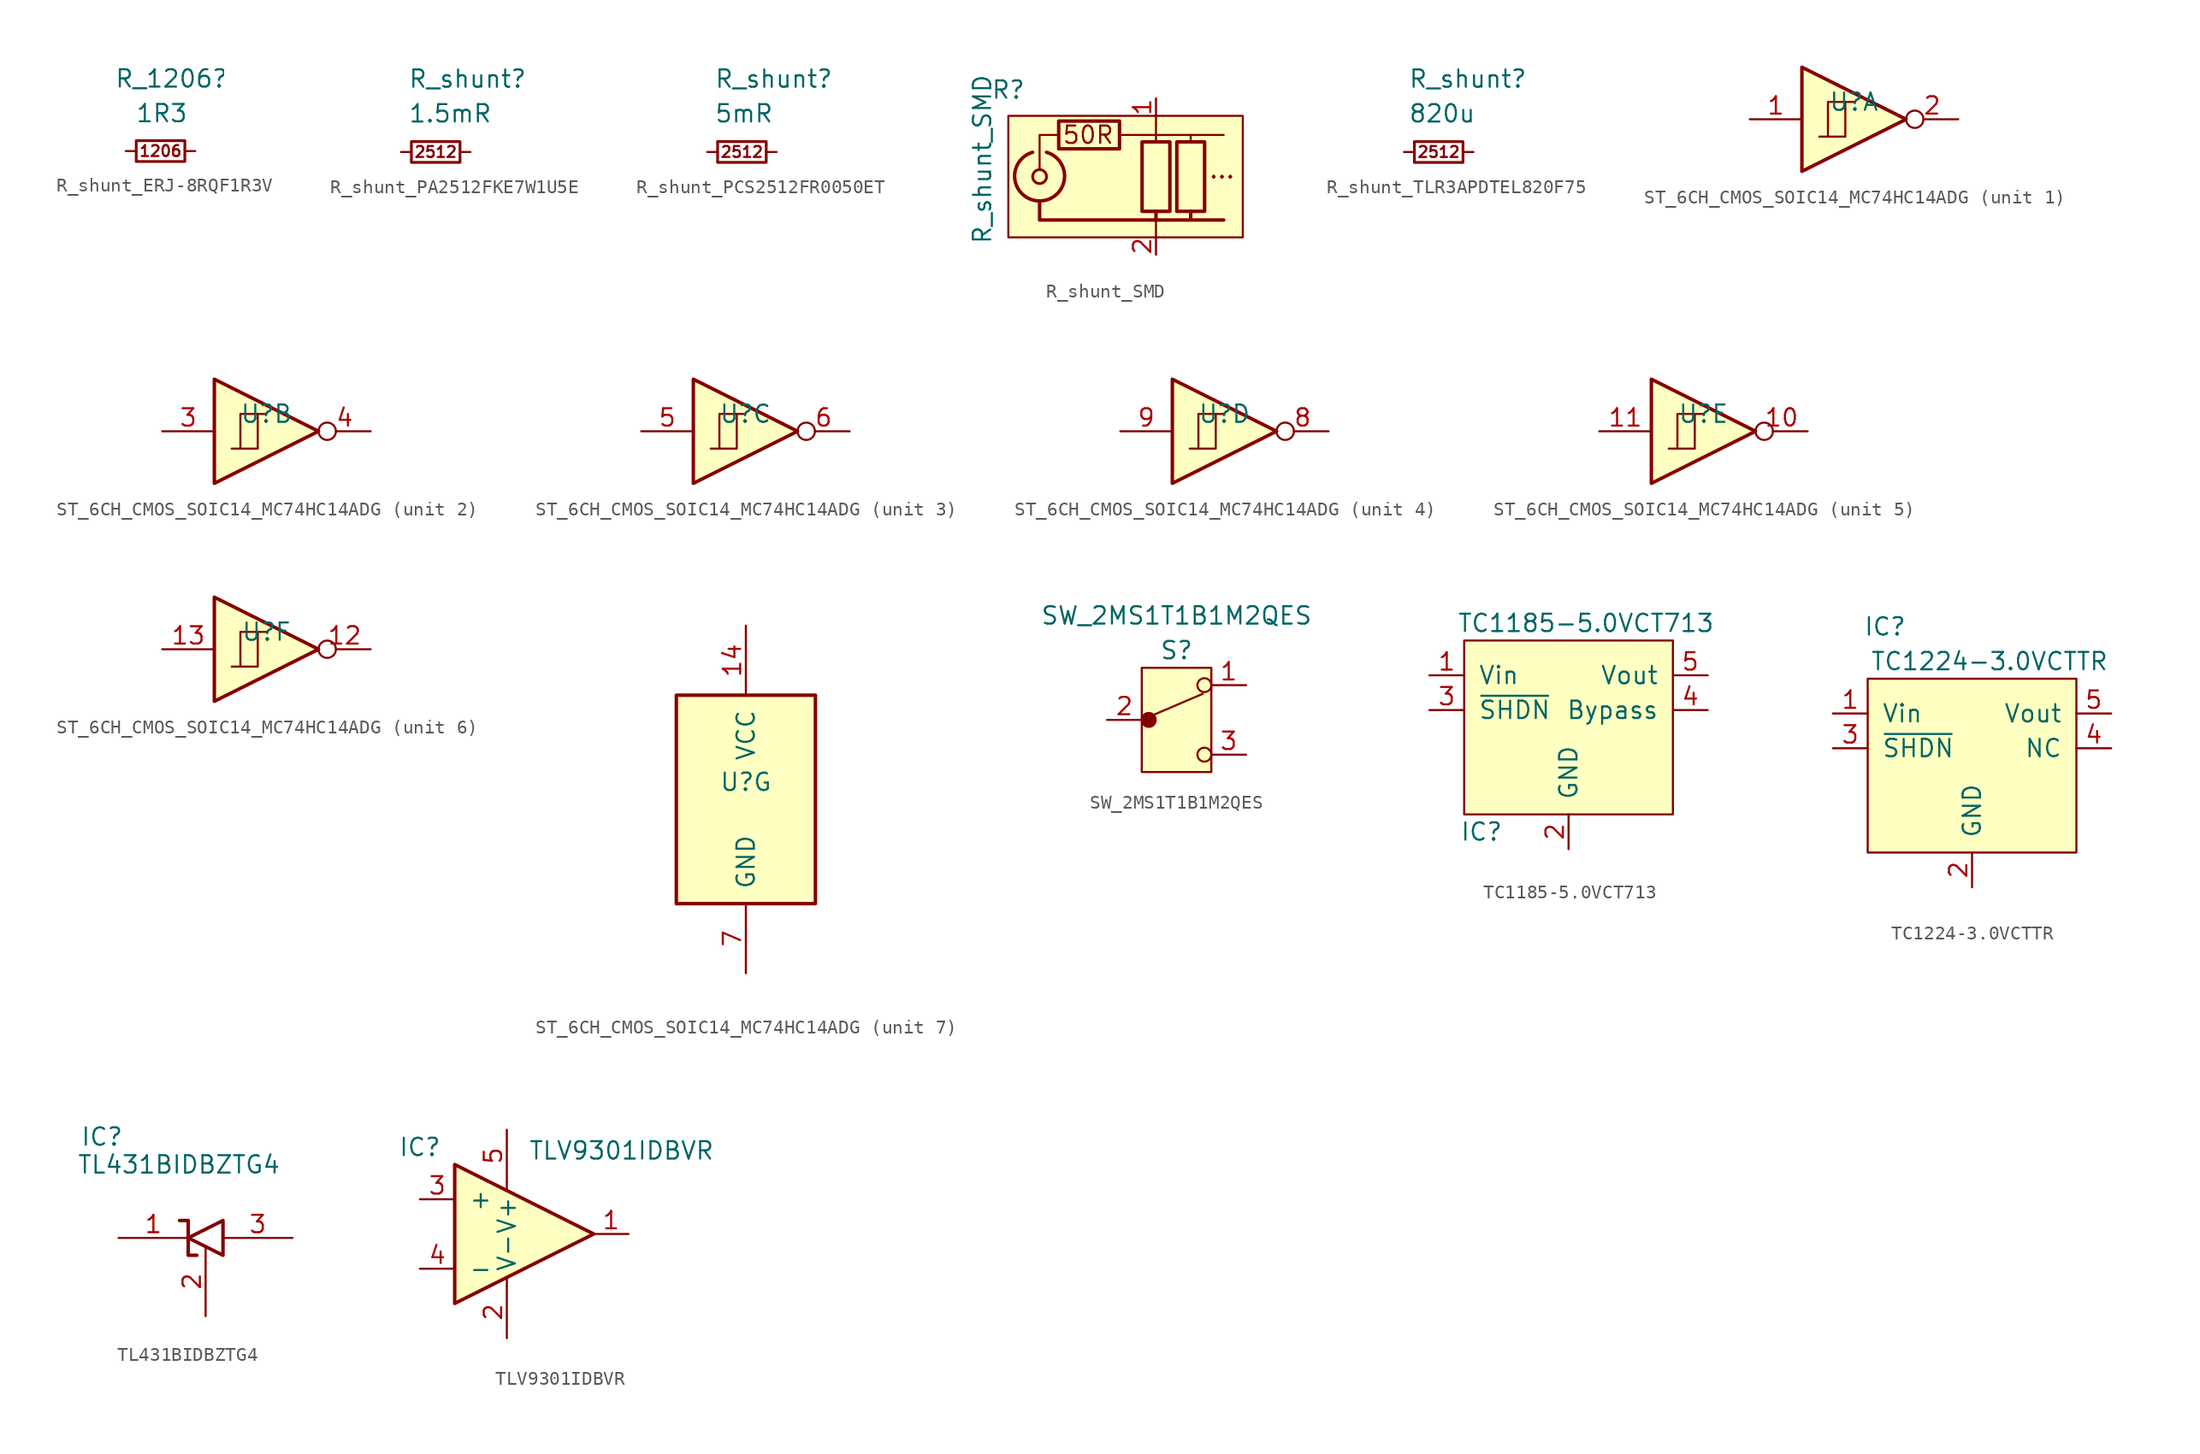
<source format=kicad_sym>
(kicad_symbol_lib
  (version 20220914)
  (generator kicad_symbol_editor)
  (symbol "R_shunt_ERJ-8RQF1R3V"
    (pin_numbers hide)
    (pin_names hide)
    (property "Reference" "R_1206"
      (at -3.378 6.045 0)
      (effects (font (size 1.27 1.27)) (justify left top)))
    (property "Value" "1R3"
      (at -1.854 3.505 0)
      (effects (font (size 1.27 1.27)) (justify left top)))
    (symbol "R_shunt_ERJ-8RQF1R3V_0_1"
      (rectangle (start -1.778 -0.762) (end 1.778 0.762) (stroke (width 0.203) (type default)) (fill (type none))))
    (symbol "R_shunt_ERJ-8RQF1R3V_1_0"
      (text "1206" (at 0 0 0) (effects (font (size 0.8 0.8)))))
    (symbol "R_shunt_ERJ-8RQF1R3V_1_1"
      (pin passive line (at -2.54 0 0) (length 0.762) (name "~" (effects (font (size 1.27 1.27)))) (number "1" (effects (font (size 1.27 1.27)))))
      (pin passive line (at 2.54 0 180) (length 0.762) (name "~" (effects (font (size 1.27 1.27)))) (number "2" (effects (font (size 1.27 1.27)))))))
  (symbol "R_shunt_PA2512FKE7W1U5E"
    (pin_numbers hide)
    (pin_names hide)
    (property "Reference" "R_shunt"
      (at -2.032 6.096 0)
      (effects (font (size 1.27 1.27)) (justify left top)))
    (property "Value" "1.5mR"
      (at -2.032 3.556 0)
      (effects (font (size 1.27 1.27)) (justify left top)))
    (symbol "R_shunt_PA2512FKE7W1U5E_0_1"
      (rectangle (start -1.778 0.762) (end 1.778 -0.762) (stroke (width 0.203) (type default)) (fill (type none))))
    (symbol "R_shunt_PA2512FKE7W1U5E_1_0"
      (text "2512" (at 0 0 0) (effects (font (size 0.8 0.8)))))
    (symbol "R_shunt_PA2512FKE7W1U5E_1_1"
      (pin passive line (at -2.54 0 0) (length 0.762) (name "~" (effects (font (size 1.27 1.27)))) (number "1" (effects (font (size 1.27 1.27)))))
      (pin passive line (at 2.54 0 180) (length 0.762) (name "~" (effects (font (size 1.27 1.27)))) (number "2" (effects (font (size 1.27 1.27)))))))
  (symbol "R_shunt_PCS2512FR0050ET"
    (pin_numbers hide)
    (pin_names hide)
    (property "Reference" "R_shunt"
      (at -2.032 6.096 0)
      (effects (font (size 1.27 1.27)) (justify left top)))
    (property "Value" "5mR"
      (at -2.032 3.556 0)
      (effects (font (size 1.27 1.27)) (justify left top)))
    (symbol "R_shunt_PCS2512FR0050ET_0_1"
      (rectangle (start -1.778 0.762) (end 1.778 -0.762) (stroke (width 0.203) (type default)) (fill (type none))))
    (symbol "R_shunt_PCS2512FR0050ET_1_0"
      (text "2512" (at 0 0 0) (effects (font (size 0.8 0.8)))))
    (symbol "R_shunt_PCS2512FR0050ET_1_1"
      (pin passive line (at -2.54 0 0) (length 0.762) (name "~" (effects (font (size 1.27 1.27)))) (number "1" (effects (font (size 1.27 1.27)))))
      (pin passive line (at 2.54 0 180) (length 0.762) (name "~" (effects (font (size 1.27 1.27)))) (number "2" (effects (font (size 1.27 1.27)))))))
  (symbol "R_shunt_SMD"
    (property "Reference" "R"
      (at -10.795 5.715 0)
      (effects (font (size 1.27 1.27))))
    (property "Value" "R_shunt_SMD"
      (at -12.7 0.635 90)
      (effects (font (size 1.27 1.27))))
    (symbol "R_shunt_SMD_0_0"
      (polyline (pts (xy 0 1.905) (xy 0 2.413)) (stroke (width 0) (type default)) (fill (type none)))
      (polyline (pts (xy 2.54 1.905) (xy 2.54 2.413)) (stroke (width 0) (type default)) (fill (type none)))
      (polyline (pts (xy 4.953 2.413) (xy -2.667 2.413)) (stroke (width 0) (type default)) (fill (type none)))
      (polyline (pts (xy -7.112 2.413) (xy -8.509 2.413) (xy -8.509 -0.127)) (stroke (width 0) (type default)) (fill (type none)))
      (polyline (pts (xy 4.953 -3.81) (xy -8.509 -3.81) (xy -8.509 -2.54)) (stroke (width 0.254) (type default)) (fill (type none)))
      (text "..." (at 4.826 -0.127 0) (effects (font (size 1.27 1.27))))
      (text "50R" (at -4.953 2.413 0) (effects (font (size 1.27 1.27)))))
    (symbol "R_shunt_SMD_0_1"
      (rectangle (start -10.795 3.81) (end 6.35 -5.08) (stroke (width 0) (type default)) (fill (type background)))
      (arc (start -9.017 1.143) (mid -10.317 -0.857) (end -8.509 -2.413) (stroke (width 0.254) (type default)) (fill (type none)))
      (arc (start -8.509 -2.413) (mid -6.7007 -0.857) (end -8.001 1.143) (stroke (width 0.254) (type default)) (fill (type none)))
      (circle (center -8.509 -0.635) (radius 0.508) (stroke (width 0.203) (type default)) (fill (type none)))
      (rectangle (start -7.112 3.429) (end -2.667 1.397) (stroke (width 0.254) (type default)) (fill (type none)))
      (rectangle (start -1.016 -3.175) (end 1.016 1.905) (stroke (width 0.254) (type default)) (fill (type none)))
      (polyline (pts (xy 0 -5.08) (xy 0 -3.81)) (stroke (width 0) (type default)) (fill (type none)))
      (polyline (pts (xy 0 -3.175) (xy 0 -3.683)) (stroke (width 0.254) (type default)) (fill (type none)))
      (polyline (pts (xy 0 2.413) (xy 0 3.81)) (stroke (width 0) (type default)) (fill (type none)))
      (polyline (pts (xy 2.54 -3.175) (xy 2.54 -3.683)) (stroke (width 0.254) (type default)) (fill (type none)))
      (rectangle (start 1.524 -3.175) (end 3.556 1.905) (stroke (width 0.254) (type default)) (fill (type none))))
    (symbol "R_shunt_SMD_1_1"
      (pin passive line (at 0 5.08 270) (length 1.27) (name "~" (effects (font (size 1.27 1.27)))) (number "1" (effects (font (size 1.27 1.27)))))
      (pin passive line (at 0 -6.35 90) (length 1.27) (name "~" (effects (font (size 1.27 1.27)))) (number "2" (effects (font (size 1.27 1.27)))))))
  (symbol "R_shunt_TLR3APDTEL820F75"
    (pin_numbers hide)
    (pin_names hide)
    (property "Reference" "R_shunt"
      (at -2.235 6.096 0)
      (effects (font (size 1.27 1.27)) (justify left top)))
    (property "Value" "820u"
      (at -2.235 3.556 0)
      (effects (font (size 1.27 1.27)) (justify left top)))
    (symbol "R_shunt_TLR3APDTEL820F75_0_1"
      (rectangle (start -1.778 0.762) (end 1.778 -0.762) (stroke (width 0.203) (type default)) (fill (type none))))
    (symbol "R_shunt_TLR3APDTEL820F75_1_0"
      (text "2512" (at 0 0 0) (effects (font (size 0.8 0.8)))))
    (symbol "R_shunt_TLR3APDTEL820F75_1_1"
      (pin passive line (at -2.54 0 0) (length 0.762) (name "~" (effects (font (size 1.27 1.27)))) (number "1" (effects (font (size 1.27 1.27)))))
      (pin passive line (at 2.54 0 180) (length 0.762) (name "~" (effects (font (size 1.27 1.27)))) (number "2" (effects (font (size 1.27 1.27)))))))
  (symbol "ST_6CH_CMOS_SOIC14_MC74HC14ADG"
    (pin_names
      (offset 1.016))
    (property "Reference" "U"
      (at 0 1.27 0)
      (effects (font (size 1.27 1.27))))
    (property "ki_locked" ""
      (at 0 0 0)
      (effects (font (size 1.27 1.27))))
    (symbol "ST_6CH_CMOS_SOIC14_MC74HC14ADG_1_0"
      (polyline (pts (xy -3.81 3.81) (xy -3.81 -3.81) (xy 3.81 0) (xy -3.81 3.81)) (stroke (width 0.254) (type default)) (fill (type background)))
      (pin input line (at -7.62 0 0) (length 3.81) (name "~" (effects (font (size 1.27 1.27)))) (number "1" (effects (font (size 1.27 1.27)))))
      (pin output inverted (at 7.62 0 180) (length 3.81) (name "~" (effects (font (size 1.27 1.27)))) (number "2" (effects (font (size 1.27 1.27))))))
    (symbol "ST_6CH_CMOS_SOIC14_MC74HC14ADG_1_1"
      (polyline (pts (xy -1.905 -1.27) (xy -1.905 1.27) (xy -0.635 1.27)) (stroke (width 0) (type default)) (fill (type none)))
      (polyline (pts (xy -2.54 -1.27) (xy -0.635 -1.27) (xy -0.635 1.27) (xy 0 1.27)) (stroke (width 0) (type default)) (fill (type none))))
    (symbol "ST_6CH_CMOS_SOIC14_MC74HC14ADG_2_0"
      (polyline (pts (xy -3.81 3.81) (xy -3.81 -3.81) (xy 3.81 0) (xy -3.81 3.81)) (stroke (width 0.254) (type default)) (fill (type background)))
      (pin input line (at -7.62 0 0) (length 3.81) (name "~" (effects (font (size 1.27 1.27)))) (number "3" (effects (font (size 1.27 1.27)))))
      (pin output inverted (at 7.62 0 180) (length 3.81) (name "~" (effects (font (size 1.27 1.27)))) (number "4" (effects (font (size 1.27 1.27))))))
    (symbol "ST_6CH_CMOS_SOIC14_MC74HC14ADG_2_1"
      (polyline (pts (xy -1.905 -1.27) (xy -1.905 1.27) (xy -0.635 1.27)) (stroke (width 0) (type default)) (fill (type none)))
      (polyline (pts (xy -2.54 -1.27) (xy -0.635 -1.27) (xy -0.635 1.27) (xy 0 1.27)) (stroke (width 0) (type default)) (fill (type none))))
    (symbol "ST_6CH_CMOS_SOIC14_MC74HC14ADG_3_0"
      (polyline (pts (xy -3.81 3.81) (xy -3.81 -3.81) (xy 3.81 0) (xy -3.81 3.81)) (stroke (width 0.254) (type default)) (fill (type background)))
      (pin input line (at -7.62 0 0) (length 3.81) (name "~" (effects (font (size 1.27 1.27)))) (number "5" (effects (font (size 1.27 1.27)))))
      (pin output inverted (at 7.62 0 180) (length 3.81) (name "~" (effects (font (size 1.27 1.27)))) (number "6" (effects (font (size 1.27 1.27))))))
    (symbol "ST_6CH_CMOS_SOIC14_MC74HC14ADG_3_1"
      (polyline (pts (xy -1.905 -1.27) (xy -1.905 1.27) (xy -0.635 1.27)) (stroke (width 0) (type default)) (fill (type none)))
      (polyline (pts (xy -2.54 -1.27) (xy -0.635 -1.27) (xy -0.635 1.27) (xy 0 1.27)) (stroke (width 0) (type default)) (fill (type none))))
    (symbol "ST_6CH_CMOS_SOIC14_MC74HC14ADG_4_0"
      (polyline (pts (xy -3.81 3.81) (xy -3.81 -3.81) (xy 3.81 0) (xy -3.81 3.81)) (stroke (width 0.254) (type default)) (fill (type background)))
      (pin output inverted (at 7.62 0 180) (length 3.81) (name "~" (effects (font (size 1.27 1.27)))) (number "8" (effects (font (size 1.27 1.27)))))
      (pin input line (at -7.62 0 0) (length 3.81) (name "~" (effects (font (size 1.27 1.27)))) (number "9" (effects (font (size 1.27 1.27))))))
    (symbol "ST_6CH_CMOS_SOIC14_MC74HC14ADG_4_1"
      (polyline (pts (xy -1.905 -1.27) (xy -1.905 1.27) (xy -0.635 1.27)) (stroke (width 0) (type default)) (fill (type none)))
      (polyline (pts (xy -2.54 -1.27) (xy -0.635 -1.27) (xy -0.635 1.27) (xy 0 1.27)) (stroke (width 0) (type default)) (fill (type none))))
    (symbol "ST_6CH_CMOS_SOIC14_MC74HC14ADG_5_0"
      (polyline (pts (xy -3.81 3.81) (xy -3.81 -3.81) (xy 3.81 0) (xy -3.81 3.81)) (stroke (width 0.254) (type default)) (fill (type background)))
      (pin output inverted (at 7.62 0 180) (length 3.81) (name "~" (effects (font (size 1.27 1.27)))) (number "10" (effects (font (size 1.27 1.27)))))
      (pin input line (at -7.62 0 0) (length 3.81) (name "~" (effects (font (size 1.27 1.27)))) (number "11" (effects (font (size 1.27 1.27))))))
    (symbol "ST_6CH_CMOS_SOIC14_MC74HC14ADG_5_1"
      (polyline (pts (xy -1.905 -1.27) (xy -1.905 1.27) (xy -0.635 1.27)) (stroke (width 0) (type default)) (fill (type none)))
      (polyline (pts (xy -2.54 -1.27) (xy -0.635 -1.27) (xy -0.635 1.27) (xy 0 1.27)) (stroke (width 0) (type default)) (fill (type none))))
    (symbol "ST_6CH_CMOS_SOIC14_MC74HC14ADG_6_0"
      (polyline (pts (xy -3.81 3.81) (xy -3.81 -3.81) (xy 3.81 0) (xy -3.81 3.81)) (stroke (width 0.254) (type default)) (fill (type background)))
      (pin output inverted (at 7.62 0 180) (length 3.81) (name "~" (effects (font (size 1.27 1.27)))) (number "12" (effects (font (size 1.27 1.27)))))
      (pin input line (at -7.62 0 0) (length 3.81) (name "~" (effects (font (size 1.27 1.27)))) (number "13" (effects (font (size 1.27 1.27))))))
    (symbol "ST_6CH_CMOS_SOIC14_MC74HC14ADG_6_1"
      (polyline (pts (xy -1.905 -1.27) (xy -1.905 1.27) (xy -0.635 1.27)) (stroke (width 0) (type default)) (fill (type none)))
      (polyline (pts (xy -2.54 -1.27) (xy -0.635 -1.27) (xy -0.635 1.27) (xy 0 1.27)) (stroke (width 0) (type default)) (fill (type none))))
    (symbol "ST_6CH_CMOS_SOIC14_MC74HC14ADG_7_0"
      (pin power_in line (at 0 12.7 270) (length 5.08) (name "VCC" (effects (font (size 1.27 1.27)))) (number "14" (effects (font (size 1.27 1.27)))))
      (pin power_in line (at 0 -12.7 90) (length 5.08) (name "GND" (effects (font (size 1.27 1.27)))) (number "7" (effects (font (size 1.27 1.27))))))
    (symbol "ST_6CH_CMOS_SOIC14_MC74HC14ADG_7_1"
      (rectangle (start -5.08 7.62) (end 5.08 -7.62) (stroke (width 0.254) (type default)) (fill (type background)))))
  (symbol "SW_2MS1T1B1M2QES"
    (pin_names hide)
    (property "Reference" "S"
      (at 0 5.08 0)
      (effects (font (size 1.27 1.27))))
    (property "Value" "SW_2MS1T1B1M2QES"
      (at 0 7.62 0)
      (effects (font (size 1.27 1.27))))
    (symbol "SW_2MS1T1B1M2QES_1_1"
      (circle (center -2.032 0) (radius 0.508) (stroke (width 0) (type default)) (fill (type outline)))
      (polyline (pts (xy -2.54 0) (xy 1.905 1.905)) (stroke (width 0) (type default)) (fill (type none)))
      (circle (center 2.032 -2.54) (radius 0.508) (stroke (width 0) (type default)) (fill (type none)))
      (circle (center 2.032 2.54) (radius 0.508) (stroke (width 0) (type default)) (fill (type none)))
      (rectangle (start 2.54 -3.81) (end -2.54 3.81) (stroke (width 0) (type default)) (fill (type background)))
      (pin passive line (at 5.08 2.54 180) (length 2.54) (name "1" (effects (font (size 1.27 1.27)))) (number "1" (effects (font (size 1.27 1.27)))))
      (pin passive line (at -5.08 0 0) (length 2.54) (name "2" (effects (font (size 1.27 1.27)))) (number "2" (effects (font (size 1.27 1.27)))))
      (pin passive line (at 5.08 -2.54 180) (length 2.54) (name "3" (effects (font (size 1.27 1.27)))) (number "3" (effects (font (size 1.27 1.27)))))))
  (symbol "TC1185-5.0VCT713"
    (pin_names
      (offset 1.016))
    (property "Reference" "IC"
      (at -6.35 -7.62 0)
      (effects (font (size 1.27 1.27))))
    (property "Value" "TC1185-5.0VCT713"
      (at 1.27 7.62 0)
      (effects (font (size 1.27 1.27))))
    (symbol "TC1185-5.0VCT713_0_1"
      (rectangle (start -7.62 6.35) (end 7.62 -6.35) (stroke (width 0) (type default)) (fill (type background))))
    (symbol "TC1185-5.0VCT713_1_1"
      (pin power_in line (at -10.16 3.81 0) (length 2.54) (name "Vin" (effects (font (size 1.27 1.27)))) (number "1" (effects (font (size 1.27 1.27)))))
      (pin power_in line (at 0 -8.89 90) (length 2.54) (name "GND" (effects (font (size 1.27 1.27)))) (number "2" (effects (font (size 1.27 1.27)))))
      (pin input line (at -10.16 1.27 0) (length 2.54) (name "~{SHDN}" (effects (font (size 1.27 1.27)))) (number "3" (effects (font (size 1.27 1.27)))))
      (pin passive line (at 10.16 1.27 180) (length 2.54) (name "Bypass" (effects (font (size 1.27 1.27)))) (number "4" (effects (font (size 1.27 1.27)))))
      (pin power_out line (at 10.16 3.81 180) (length 2.54) (name "Vout" (effects (font (size 1.27 1.27)))) (number "5" (effects (font (size 1.27 1.27)))))))
  (symbol "TC1224-3.0VCTTR"
    (pin_names
      (offset 1.016))
    (property "Reference" "IC"
      (at -6.35 7.62 0)
      (effects (font (size 1.27 1.27))))
    (property "Value" "TC1224-3.0VCTTR"
      (at 1.27 5.08 0)
      (effects (font (size 1.27 1.27))))
    (symbol "TC1224-3.0VCTTR_1_1"
      (rectangle (start -7.62 3.81) (end 7.62 -8.89) (stroke (width 0) (type default)) (fill (type background)))
      (pin power_in line (at -10.16 1.27 0) (length 2.54) (name "Vin" (effects (font (size 1.27 1.27)))) (number "1" (effects (font (size 1.27 1.27)))))
      (pin power_in line (at 0 -11.43 90) (length 2.54) (name "GND" (effects (font (size 1.27 1.27)))) (number "2" (effects (font (size 1.27 1.27)))))
      (pin input line (at -10.16 -1.27 0) (length 2.54) (name "~{SHDN}" (effects (font (size 1.27 1.27)))) (number "3" (effects (font (size 1.27 1.27)))))
      (pin passive line (at 10.16 -1.27 180) (length 2.54) (name "NC" (effects (font (size 1.27 1.27)))) (number "4" (effects (font (size 1.27 1.27)))))
      (pin power_out line (at 10.16 1.27 180) (length 2.54) (name "Vout" (effects (font (size 1.27 1.27)))) (number "5" (effects (font (size 1.27 1.27)))))))
  (symbol "TL431BIDBZTG4"
    (property "Reference" "IC"
      (at -9.144 8.128 0)
      (effects (font (size 1.27 1.27)) (justify left top)))
    (property "Value" "TL431BIDBZTG4"
      (at -9.398 6.096 0)
      (effects (font (size 1.27 1.27)) (justify left top)))
    (symbol "TL431BIDBZTG4_1_1"
      (polyline (pts (xy 1.27 1.27) (xy 1.27 -1.27) (xy -1.27 0) (xy 1.27 1.27)) (stroke (width 0.254) (type default)) (fill (type none)))
      (polyline (pts (xy -1.905 1.27) (xy -1.905 1.27) (xy -1.27 1.27) (xy -1.27 -1.27) (xy -0.635 -1.27) (xy -0.635 -1.27)) (stroke (width 0.254) (type default)) (fill (type none)))
      (pin output line (at -6.35 0 0) (length 5.08) (name "" (effects (font (size 1.27 1.27)))) (number "1" (effects (font (size 1.27 1.27)))))
      (pin power_in line (at 0 -5.715 90) (length 5.08) (name "" (effects (font (size 1.27 1.27)))) (number "2" (effects (font (size 1.27 1.27)))))
      (pin power_in line (at 6.35 0 180) (length 5.08) (name "" (effects (font (size 1.27 1.27)))) (number "3" (effects (font (size 1.27 1.27)))))))
  (symbol "TLV9301IDBVR"
    (pin_names
      (offset 1.016))
    (property "Reference" "IC"
      (at -5.08 6.35 0)
      (effects (font (size 1.27 1.27))))
    (property "Value" "TLV9301IDBVR"
      (at 9.652 6.096 0)
      (effects (font (size 1.27 1.27))))
    (symbol "TLV9301IDBVR_0_1"
      (polyline (pts (xy 1.27 -3.81) (xy 1.27 -3.302)) (stroke (width 0) (type default)) (fill (type none)))
      (polyline (pts (xy 1.27 3.81) (xy 1.27 3.302)) (stroke (width 0) (type default)) (fill (type none))))
    (symbol "TLV9301IDBVR_1_1"
      (polyline (pts (xy -2.54 5.08) (xy 7.62 0) (xy -2.54 -5.08) (xy -2.54 5.08)) (stroke (width 0.254) (type default)) (fill (type background)))
      (pin output line (at 10.16 0 180) (length 2.54) (name "~" (effects (font (size 1.27 1.27)))) (number "1" (effects (font (size 1.27 1.27)))))
      (pin power_in line (at 1.27 -7.62 90) (length 3.81) (name "V-" (effects (font (size 1.27 1.27)))) (number "2" (effects (font (size 1.27 1.27)))))
      (pin input line (at -5.08 2.54 0) (length 2.54) (name "+" (effects (font (size 1.27 1.27)))) (number "3" (effects (font (size 1.27 1.27)))))
      (pin input line (at -5.08 -2.54 0) (length 2.54) (name "-" (effects (font (size 1.27 1.27)))) (number "4" (effects (font (size 1.27 1.27)))))
      (pin power_in line (at 1.27 7.62 270) (length 3.81) (name "V+" (effects (font (size 1.27 1.27)))) (number "5" (effects (font (size 1.27 1.27))))))))
</source>
